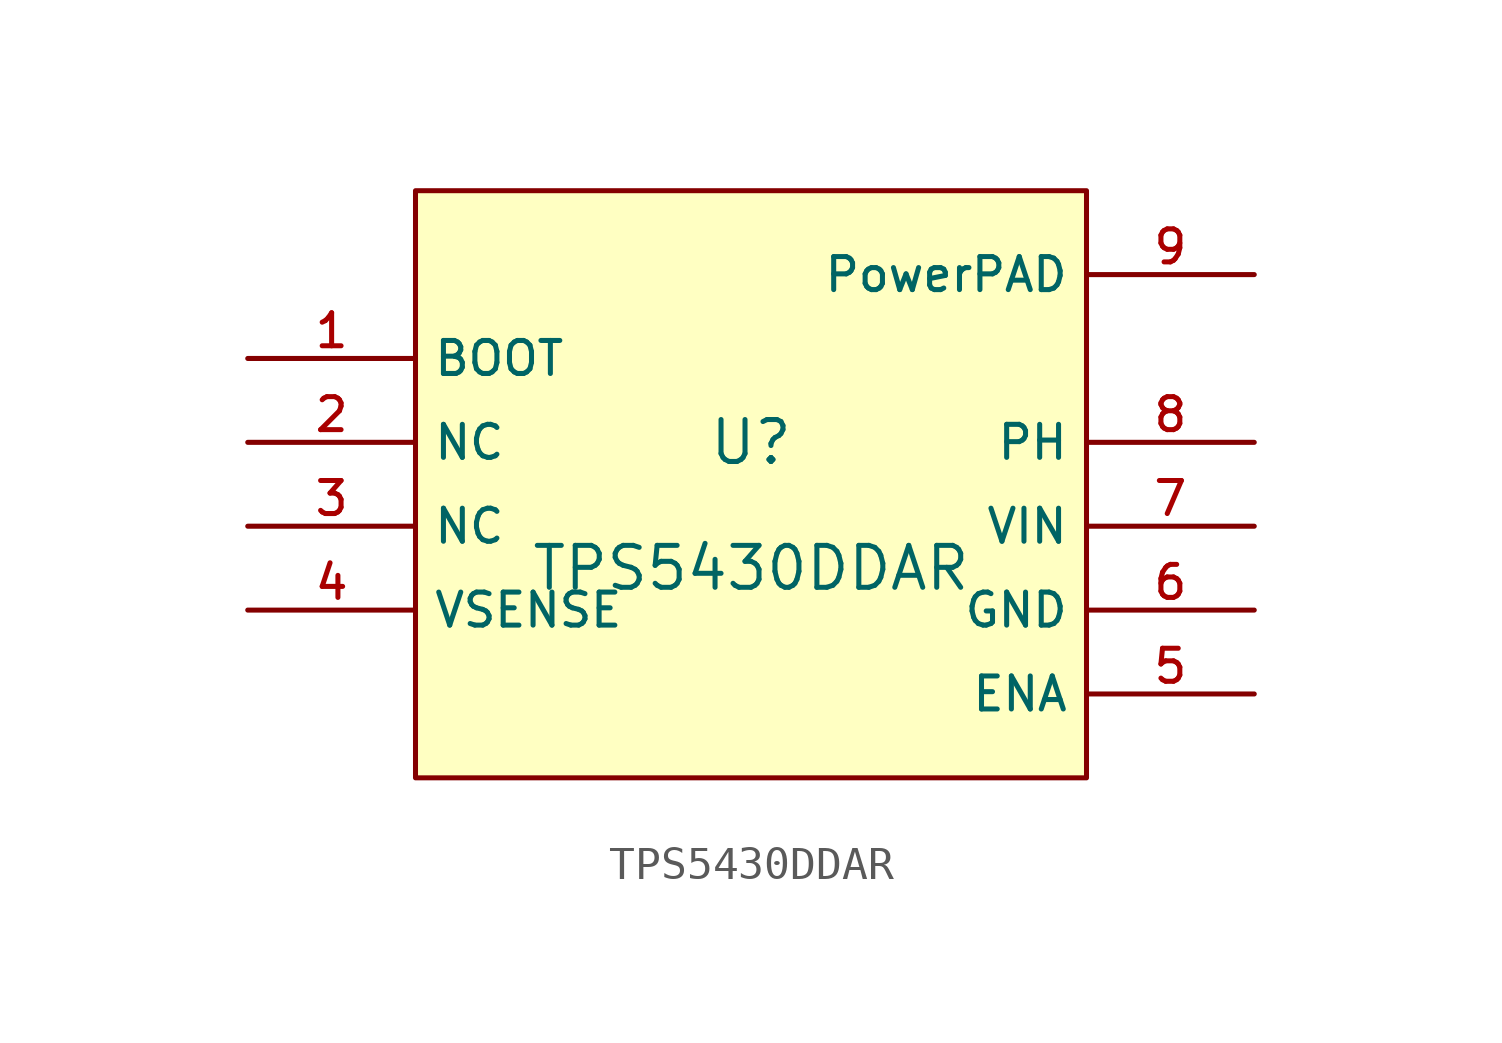
<source format=kicad_sym>
(kicad_symbol_lib
  (version 20210201)
  (generator TousstNicolas/JLC2KiCad_lib)
  (symbol "TPS5430DDAR"
    (property "Reference" "U"
      (at 0 1.27 0)
      (effects (font (size 1.27 1.27))))
    (property "Value" "TPS5430DDAR"
      (at 0 -2.54 0)
      (effects (font (size 1.27 1.27))))
    (symbol "TPS5430DDAR_0_1"
      (pin unspecified line (at -15.24 3.81 0) (length 5.08) (name "BOOT" (effects (font (size 1 1)))) (number "1" (effects (font (size 1 1)))))
      (pin unspecified line (at -15.24 1.27 0) (length 5.08) (name "NC" (effects (font (size 1 1)))) (number "2" (effects (font (size 1 1)))))
      (pin unspecified line (at -15.24 -1.27 0) (length 5.08) (name "NC" (effects (font (size 1 1)))) (number "3" (effects (font (size 1 1)))))
      (pin unspecified line (at -15.24 -3.81 0) (length 5.08) (name "VSENSE" (effects (font (size 1 1)))) (number "4" (effects (font (size 1 1)))))
      (pin unspecified line (at 15.24 -6.35 180) (length 5.08) (name "ENA" (effects (font (size 1 1)))) (number "5" (effects (font (size 1 1)))))
      (pin unspecified line (at 15.24 -3.81 180) (length 5.08) (name "GND" (effects (font (size 1 1)))) (number "6" (effects (font (size 1 1)))))
      (pin unspecified line (at 15.24 -1.27 180) (length 5.08) (name "VIN" (effects (font (size 1 1)))) (number "7" (effects (font (size 1 1)))))
      (pin unspecified line (at 15.24 1.27 180) (length 5.08) (name "PH" (effects (font (size 1 1)))) (number "8" (effects (font (size 1 1)))))
      (rectangle (start -10.16 8.89) (end 10.16 -8.89) (stroke (width 0) (type default) (color 0 0 0 0)) (fill (type background)))
      (pin unspecified line (at 15.24 6.35 180) (length 5.08) (name "PowerPAD" (effects (font (size 1 1)))) (number "9" (effects (font (size 1 1))))))))
</source>
